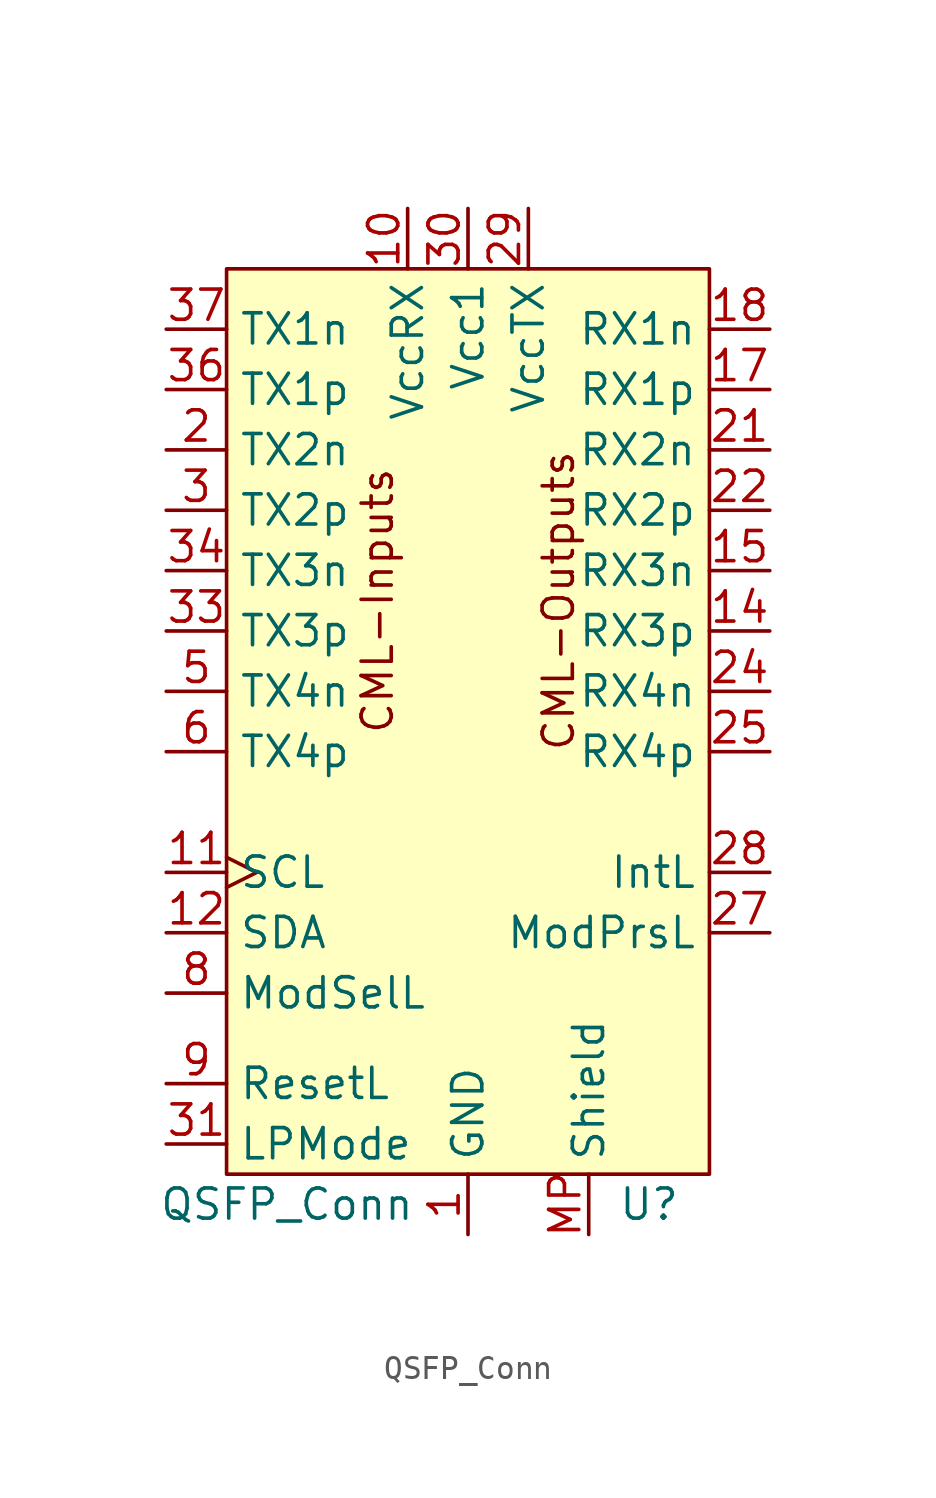
<source format=kicad_sym>
(kicad_symbol_lib
  (version 20211014)
  (generator kicad_symbol_editor)
  (symbol "QSFP_Conn"
    (property "Reference" "U"
      (at 7.62 -20.32 0)
      (effects (font (size 1.27 1.27))))
    (property "Value" "QSFP_Conn"
      (at -7.62 -20.32 0)
      (effects (font (size 1.27 1.27))))
    (symbol "QSFP_Conn_0_0"
      (text "CML-Inputs" (at -3.81 5.08 900) (effects (font (size 1.27 1.27))))
      (text "CML-Outputs" (at 3.81 5.08 900) (effects (font (size 1.27 1.27)))))
    (symbol "QSFP_Conn_0_1"
      (rectangle (start 10.16 19.05) (end -10.16 -19.05) (stroke (width 0) (type default) (color 0 0 0 0)) (fill (type background))))
    (symbol "QSFP_Conn_1_1"
      (pin power_in line (at 0 -21.59 90) (length 2.54) (name "GND" (effects (font (size 1.27 1.27)))) (number "1" (effects (font (size 1.27 1.27)))))
      (pin power_in line (at -2.54 21.59 270) (length 2.54) (name "VccRX" (effects (font (size 1.27 1.27)))) (number "10" (effects (font (size 1.27 1.27)))))
      (pin input clock (at -12.7 -6.35 0) (length 2.54) (name "SCL" (effects (font (size 1.27 1.27)))) (number "11" (effects (font (size 1.27 1.27)))))
      (pin bidirectional line (at -12.7 -8.89 0) (length 2.54) (name "SDA" (effects (font (size 1.27 1.27)))) (number "12" (effects (font (size 1.27 1.27)))))
      (pin passive line (at 0 -21.59 90) (length 2.54) hide (name "GND" (effects (font (size 1.27 1.27)))) (number "13" (effects (font (size 1.27 1.27)))))
      (pin output line (at 12.7 3.81 180) (length 2.54) (name "RX3p" (effects (font (size 1.27 1.27)))) (number "14" (effects (font (size 1.27 1.27)))))
      (pin output line (at 12.7 6.35 180) (length 2.54) (name "RX3n" (effects (font (size 1.27 1.27)))) (number "15" (effects (font (size 1.27 1.27)))))
      (pin passive line (at 0 -21.59 90) (length 2.54) hide (name "GND" (effects (font (size 1.27 1.27)))) (number "16" (effects (font (size 1.27 1.27)))))
      (pin output line (at 12.7 13.97 180) (length 2.54) (name "RX1p" (effects (font (size 1.27 1.27)))) (number "17" (effects (font (size 1.27 1.27)))))
      (pin output line (at 12.7 16.51 180) (length 2.54) (name "RX1n" (effects (font (size 1.27 1.27)))) (number "18" (effects (font (size 1.27 1.27)))))
      (pin passive line (at 0 -21.59 90) (length 2.54) hide (name "GND" (effects (font (size 1.27 1.27)))) (number "19" (effects (font (size 1.27 1.27)))))
      (pin input line (at -12.7 11.43 0) (length 2.54) (name "TX2n" (effects (font (size 1.27 1.27)))) (number "2" (effects (font (size 1.27 1.27)))))
      (pin passive line (at 0 -21.59 90) (length 2.54) hide (name "GND" (effects (font (size 1.27 1.27)))) (number "20" (effects (font (size 1.27 1.27)))))
      (pin output line (at 12.7 11.43 180) (length 2.54) (name "RX2n" (effects (font (size 1.27 1.27)))) (number "21" (effects (font (size 1.27 1.27)))))
      (pin output line (at 12.7 8.89 180) (length 2.54) (name "RX2p" (effects (font (size 1.27 1.27)))) (number "22" (effects (font (size 1.27 1.27)))))
      (pin passive line (at 0 -21.59 90) (length 2.54) hide (name "GND" (effects (font (size 1.27 1.27)))) (number "23" (effects (font (size 1.27 1.27)))))
      (pin output line (at 12.7 1.27 180) (length 2.54) (name "RX4n" (effects (font (size 1.27 1.27)))) (number "24" (effects (font (size 1.27 1.27)))))
      (pin output line (at 12.7 -1.27 180) (length 2.54) (name "RX4p" (effects (font (size 1.27 1.27)))) (number "25" (effects (font (size 1.27 1.27)))))
      (pin passive line (at 0 -21.59 90) (length 2.54) hide (name "GND" (effects (font (size 1.27 1.27)))) (number "26" (effects (font (size 1.27 1.27)))))
      (pin passive line (at 12.7 -8.89 180) (length 2.54) (name "ModPrsL" (effects (font (size 1.27 1.27)))) (number "27" (effects (font (size 1.27 1.27)))))
      (pin output line (at 12.7 -6.35 180) (length 2.54) (name "IntL" (effects (font (size 1.27 1.27)))) (number "28" (effects (font (size 1.27 1.27)))))
      (pin power_in line (at 2.54 21.59 270) (length 2.54) (name "VccTX" (effects (font (size 1.27 1.27)))) (number "29" (effects (font (size 1.27 1.27)))))
      (pin input line (at -12.7 8.89 0) (length 2.54) (name "TX2p" (effects (font (size 1.27 1.27)))) (number "3" (effects (font (size 1.27 1.27)))))
      (pin power_in line (at 0 21.59 270) (length 2.54) (name "Vcc1" (effects (font (size 1.27 1.27)))) (number "30" (effects (font (size 1.27 1.27)))))
      (pin input line (at -12.7 -17.78 0) (length 2.54) (name "LPMode" (effects (font (size 1.27 1.27)))) (number "31" (effects (font (size 1.27 1.27)))))
      (pin passive line (at 0 -21.59 90) (length 2.54) hide (name "GND" (effects (font (size 1.27 1.27)))) (number "32" (effects (font (size 1.27 1.27)))))
      (pin input line (at -12.7 3.81 0) (length 2.54) (name "TX3p" (effects (font (size 1.27 1.27)))) (number "33" (effects (font (size 1.27 1.27)))))
      (pin input line (at -12.7 6.35 0) (length 2.54) (name "TX3n" (effects (font (size 1.27 1.27)))) (number "34" (effects (font (size 1.27 1.27)))))
      (pin passive line (at 0 -21.59 90) (length 2.54) hide (name "GND" (effects (font (size 1.27 1.27)))) (number "35" (effects (font (size 1.27 1.27)))))
      (pin input line (at -12.7 13.97 0) (length 2.54) (name "TX1p" (effects (font (size 1.27 1.27)))) (number "36" (effects (font (size 1.27 1.27)))))
      (pin input line (at -12.7 16.51 0) (length 2.54) (name "TX1n" (effects (font (size 1.27 1.27)))) (number "37" (effects (font (size 1.27 1.27)))))
      (pin passive line (at 0 -21.59 90) (length 2.54) hide (name "GND" (effects (font (size 1.27 1.27)))) (number "38" (effects (font (size 1.27 1.27)))))
      (pin passive line (at 0 -21.59 90) (length 2.54) hide (name "GND" (effects (font (size 1.27 1.27)))) (number "4" (effects (font (size 1.27 1.27)))))
      (pin input line (at -12.7 1.27 0) (length 2.54) (name "TX4n" (effects (font (size 1.27 1.27)))) (number "5" (effects (font (size 1.27 1.27)))))
      (pin input line (at -12.7 -1.27 0) (length 2.54) (name "TX4p" (effects (font (size 1.27 1.27)))) (number "6" (effects (font (size 1.27 1.27)))))
      (pin passive line (at 0 -21.59 90) (length 2.54) hide (name "GND" (effects (font (size 1.27 1.27)))) (number "7" (effects (font (size 1.27 1.27)))))
      (pin input line (at -12.7 -11.43 0) (length 2.54) (name "ModSelL" (effects (font (size 1.27 1.27)))) (number "8" (effects (font (size 1.27 1.27)))))
      (pin input line (at -12.7 -15.24 0) (length 2.54) (name "ResetL" (effects (font (size 1.27 1.27)))) (number "9" (effects (font (size 1.27 1.27)))))
      (pin passive line (at 5.08 -21.59 90) (length 2.54) (name "Shield" (effects (font (size 1.27 1.27)))) (number "MP" (effects (font (size 1.27 1.27))))))))
</source>
